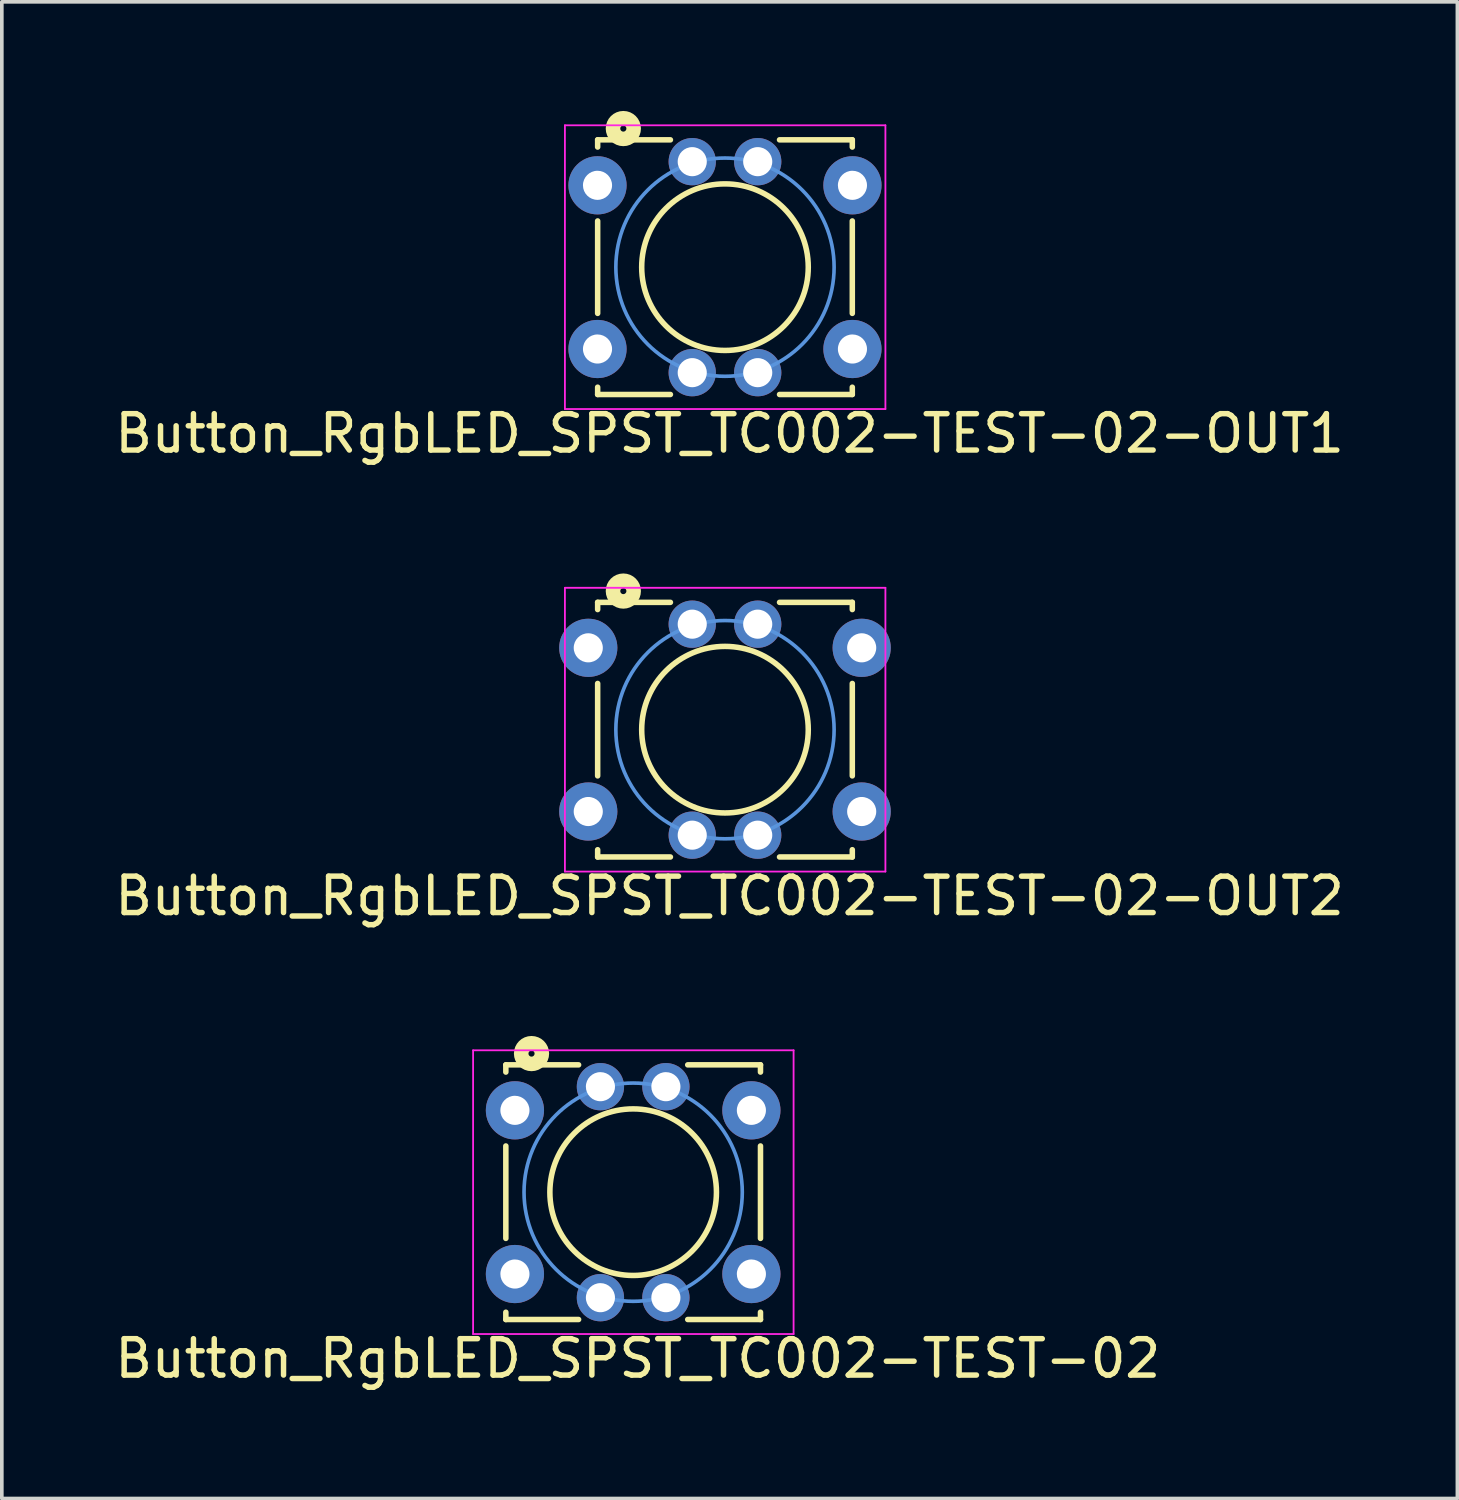
<source format=kicad_pcb>
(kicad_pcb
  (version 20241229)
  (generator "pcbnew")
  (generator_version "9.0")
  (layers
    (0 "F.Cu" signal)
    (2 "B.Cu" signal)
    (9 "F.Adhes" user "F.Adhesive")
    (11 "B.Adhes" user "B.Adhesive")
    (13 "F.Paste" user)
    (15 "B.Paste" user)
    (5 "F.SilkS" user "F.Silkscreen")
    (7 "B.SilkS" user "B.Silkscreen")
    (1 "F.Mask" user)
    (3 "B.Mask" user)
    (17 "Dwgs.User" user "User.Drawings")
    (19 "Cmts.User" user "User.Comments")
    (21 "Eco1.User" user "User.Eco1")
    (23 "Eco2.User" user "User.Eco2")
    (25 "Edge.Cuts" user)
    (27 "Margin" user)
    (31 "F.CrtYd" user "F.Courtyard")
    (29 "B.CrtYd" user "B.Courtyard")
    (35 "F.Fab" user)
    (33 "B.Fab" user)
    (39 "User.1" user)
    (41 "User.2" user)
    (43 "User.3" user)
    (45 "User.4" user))
  (footprint "Button_RgbLED_SPST_TC002-TEST-02"
    (layer "F.Cu")
    (at 14.355 29.722)
    (property "Reference" "Button_RgbLED_SPST_TC002-TEST-02" (at 0.127 4.572 0) (layer "F.SilkS") (effects (font (size 1 1) (thickness 0.15))))
    (attr through_hole)
    (fp_line (start -3.5 -3.5) (end -3.5 -3.302) (stroke (width 0.152) (type solid)) (layer "F.SilkS"))
    (fp_line (start -3.5 -1.27) (end -3.5 1.27) (stroke (width 0.152) (type solid)) (layer "F.SilkS"))
    (fp_line (start -3.5 3.5) (end -3.5 3.3) (stroke (width 0.152) (type solid)) (layer "F.SilkS"))
    (fp_line (start -1.5 -3.5) (end -3.5 -3.5) (stroke (width 0.152) (type solid)) (layer "F.SilkS"))
    (fp_line (start -1.5 3.5) (end -3.5 3.5) (stroke (width 0.152) (type solid)) (layer "F.SilkS"))
    (fp_line (start 1.5 -3.5) (end 3.5 -3.5) (stroke (width 0.152) (type solid)) (layer "F.SilkS"))
    (fp_line (start 1.5 3.5) (end 3.5 3.5) (stroke (width 0.152) (type solid)) (layer "F.SilkS"))
    (fp_line (start 3.5 -3.5) (end 3.5 -3.302) (stroke (width 0.152) (type solid)) (layer "F.SilkS"))
    (fp_line (start 3.5 -1.27) (end 3.5 1.27) (stroke (width 0.152) (type solid)) (layer "F.SilkS"))
    (fp_line (start 3.5 3.5) (end 3.5 3.3) (stroke (width 0.152) (type solid)) (layer "F.SilkS"))
    (fp_circle (center -2.794 -3.81) (end -2.921 -4.064) (stroke (width 0.4) (type solid)) (fill no) (layer "F.SilkS"))
    (fp_circle (center 0 0) (end -0.127 -2.286) (stroke (width 0.152) (type solid)) (fill no) (layer "F.SilkS"))
    (fp_circle (center 0 0) (end 3 0) (stroke (width 0.1) (type solid)) (fill no) (layer "Cmts.User"))
    (fp_line (start -4.4 -3.9) (end 4.41 -3.9) (stroke (width 0.05) (type solid)) (layer "F.CrtYd"))
    (fp_line (start -4.4 3.9) (end -4.4 -3.9) (stroke (width 0.05) (type solid)) (layer "F.CrtYd"))
    (fp_line (start 4.41 -3.9) (end 4.41 3.9) (stroke (width 0.05) (type solid)) (layer "F.CrtYd"))
    (fp_line (start 4.41 3.9) (end -4.4 3.9) (stroke (width 0.05) (type solid)) (layer "F.CrtYd"))
    (pad "1" thru_hole circle (at -3.25 -2.25) (size 1.6 1.6) (drill 0.8) (layers "*.Cu" "*.Mask"))
    (pad "2" thru_hole circle (at 3.25 -2.25) (size 1.6 1.6) (drill 0.8) (layers "*.Cu" "*.Mask"))
    (pad "3" thru_hole circle (at -3.25 2.25) (size 1.6 1.6) (drill 0.8) (layers "*.Cu" "*.Mask"))
    (pad "4" thru_hole circle (at 3.25 2.25) (size 1.6 1.6) (drill 0.8) (layers "*.Cu" "*.Mask"))
    (pad "5" thru_hole circle (at -0.9 -2.9) (size 1.3 1.3) (drill 0.8) (layers "*.Cu" "*.Mask"))
    (pad "6" thru_hole circle (at 0.9 -2.9) (size 1.3 1.3) (drill 0.8) (layers "*.Cu" "*.Mask"))
    (pad "7" thru_hole circle (at 0.9 2.9) (size 1.3 1.3) (drill 0.8) (layers "*.Cu" "*.Mask"))
    (pad "8" thru_hole circle (at -0.9 2.9) (size 1.3 1.3) (drill 0.8) (layers "*.Cu" "*.Mask")))
  (footprint "Button_RgbLED_SPST_TC002-TEST-02-OUT2"
    (layer "F.Cu")
    (at 16.879 17.008)
    (property "Reference" "Button_RgbLED_SPST_TC002-TEST-02-OUT2" (at 0.127 4.572 0) (layer "F.SilkS") (effects (font (size 1 1) (thickness 0.15))))
    (attr through_hole)
    (fp_line (start -3.5 -3.5) (end -3.5 -3.302) (stroke (width 0.152) (type solid)) (layer "F.SilkS"))
    (fp_line (start -3.5 -1.27) (end -3.5 1.27) (stroke (width 0.152) (type solid)) (layer "F.SilkS"))
    (fp_line (start -3.5 3.5) (end -3.5 3.3) (stroke (width 0.152) (type solid)) (layer "F.SilkS"))
    (fp_line (start -1.5 -3.5) (end -3.5 -3.5) (stroke (width 0.152) (type solid)) (layer "F.SilkS"))
    (fp_line (start -1.5 3.5) (end -3.5 3.5) (stroke (width 0.152) (type solid)) (layer "F.SilkS"))
    (fp_line (start 1.5 -3.5) (end 3.5 -3.5) (stroke (width 0.152) (type solid)) (layer "F.SilkS"))
    (fp_line (start 1.5 3.5) (end 3.5 3.5) (stroke (width 0.152) (type solid)) (layer "F.SilkS"))
    (fp_line (start 3.5 -3.5) (end 3.5 -3.302) (stroke (width 0.152) (type solid)) (layer "F.SilkS"))
    (fp_line (start 3.5 -1.27) (end 3.5 1.27) (stroke (width 0.152) (type solid)) (layer "F.SilkS"))
    (fp_line (start 3.5 3.5) (end 3.5 3.3) (stroke (width 0.152) (type solid)) (layer "F.SilkS"))
    (fp_circle (center -2.794 -3.81) (end -2.921 -4.064) (stroke (width 0.4) (type solid)) (fill no) (layer "F.SilkS"))
    (fp_circle (center 0 0) (end -0.127 -2.286) (stroke (width 0.152) (type solid)) (fill no) (layer "F.SilkS"))
    (fp_circle (center 0 0) (end 3 0) (stroke (width 0.1) (type solid)) (fill no) (layer "Cmts.User"))
    (fp_line (start -4.4 -3.9) (end 4.41 -3.9) (stroke (width 0.05) (type solid)) (layer "F.CrtYd"))
    (fp_line (start -4.4 3.9) (end -4.4 -3.9) (stroke (width 0.05) (type solid)) (layer "F.CrtYd"))
    (fp_line (start 4.41 -3.9) (end 4.41 3.9) (stroke (width 0.05) (type solid)) (layer "F.CrtYd"))
    (fp_line (start 4.41 3.9) (end -4.4 3.9) (stroke (width 0.05) (type solid)) (layer "F.CrtYd"))
    (pad "1" thru_hole circle (at -3.758 -2.25) (size 1.6 1.6) (drill 0.8) (layers "*.Cu" "*.Mask"))
    (pad "2" thru_hole circle (at 3.758 -2.25) (size 1.6 1.6) (drill 0.8) (layers "*.Cu" "*.Mask"))
    (pad "3" thru_hole circle (at -3.758 2.25) (size 1.6 1.6) (drill 0.8) (layers "*.Cu" "*.Mask"))
    (pad "4" thru_hole circle (at 3.758 2.25) (size 1.6 1.6) (drill 0.8) (layers "*.Cu" "*.Mask"))
    (pad "5" thru_hole circle (at -0.9 -2.9) (size 1.3 1.3) (drill 0.8) (layers "*.Cu" "*.Mask"))
    (pad "6" thru_hole circle (at 0.9 -2.9) (size 1.3 1.3) (drill 0.8) (layers "*.Cu" "*.Mask"))
    (pad "7" thru_hole circle (at 0.9 2.9) (size 1.3 1.3) (drill 0.8) (layers "*.Cu" "*.Mask"))
    (pad "8" thru_hole circle (at -0.9 2.9) (size 1.3 1.3) (drill 0.8) (layers "*.Cu" "*.Mask")))
  (footprint "Button_RgbLED_SPST_TC002-TEST-02-OUT1"
    (layer "F.Cu")
    (at 16.879 4.294)
    (property "Reference" "Button_RgbLED_SPST_TC002-TEST-02-OUT1" (at 0.127 4.572 0) (layer "F.SilkS") (effects (font (size 1 1) (thickness 0.15))))
    (attr through_hole)
    (fp_line (start -3.5 -3.5) (end -3.5 -3.302) (stroke (width 0.152) (type solid)) (layer "F.SilkS"))
    (fp_line (start -3.5 -1.27) (end -3.5 1.27) (stroke (width 0.152) (type solid)) (layer "F.SilkS"))
    (fp_line (start -3.5 3.5) (end -3.5 3.3) (stroke (width 0.152) (type solid)) (layer "F.SilkS"))
    (fp_line (start -1.5 -3.5) (end -3.5 -3.5) (stroke (width 0.152) (type solid)) (layer "F.SilkS"))
    (fp_line (start -1.5 3.5) (end -3.5 3.5) (stroke (width 0.152) (type solid)) (layer "F.SilkS"))
    (fp_line (start 1.5 -3.5) (end 3.5 -3.5) (stroke (width 0.152) (type solid)) (layer "F.SilkS"))
    (fp_line (start 1.5 3.5) (end 3.5 3.5) (stroke (width 0.152) (type solid)) (layer "F.SilkS"))
    (fp_line (start 3.5 -3.5) (end 3.5 -3.302) (stroke (width 0.152) (type solid)) (layer "F.SilkS"))
    (fp_line (start 3.5 -1.27) (end 3.5 1.27) (stroke (width 0.152) (type solid)) (layer "F.SilkS"))
    (fp_line (start 3.5 3.5) (end 3.5 3.3) (stroke (width 0.152) (type solid)) (layer "F.SilkS"))
    (fp_circle (center -2.794 -3.81) (end -2.921 -4.064) (stroke (width 0.4) (type solid)) (fill no) (layer "F.SilkS"))
    (fp_circle (center 0 0) (end -0.127 -2.286) (stroke (width 0.152) (type solid)) (fill no) (layer "F.SilkS"))
    (fp_circle (center 0 0) (end 3 0) (stroke (width 0.1) (type solid)) (fill no) (layer "Cmts.User"))
    (fp_line (start -4.4 -3.9) (end 4.41 -3.9) (stroke (width 0.05) (type solid)) (layer "F.CrtYd"))
    (fp_line (start -4.4 3.9) (end -4.4 -3.9) (stroke (width 0.05) (type solid)) (layer "F.CrtYd"))
    (fp_line (start 4.41 -3.9) (end 4.41 3.9) (stroke (width 0.05) (type solid)) (layer "F.CrtYd"))
    (fp_line (start 4.41 3.9) (end -4.4 3.9) (stroke (width 0.05) (type solid)) (layer "F.CrtYd"))
    (pad "1" thru_hole circle (at -3.504 -2.25) (size 1.6 1.6) (drill 0.8) (layers "*.Cu" "*.Mask"))
    (pad "2" thru_hole circle (at 3.504 -2.25) (size 1.6 1.6) (drill 0.8) (layers "*.Cu" "*.Mask"))
    (pad "3" thru_hole circle (at -3.504 2.25) (size 1.6 1.6) (drill 0.8) (layers "*.Cu" "*.Mask"))
    (pad "4" thru_hole circle (at 3.504 2.25) (size 1.6 1.6) (drill 0.8) (layers "*.Cu" "*.Mask"))
    (pad "5" thru_hole circle (at -0.9 -2.9) (size 1.3 1.3) (drill 0.8) (layers "*.Cu" "*.Mask"))
    (pad "6" thru_hole circle (at 0.9 -2.9) (size 1.3 1.3) (drill 0.8) (layers "*.Cu" "*.Mask"))
    (pad "7" thru_hole circle (at 0.9 2.9) (size 1.3 1.3) (drill 0.8) (layers "*.Cu" "*.Mask"))
    (pad "8" thru_hole circle (at -0.9 2.9) (size 1.3 1.3) (drill 0.8) (layers "*.Cu" "*.Mask")))
  (gr_rect
    (start -3 -3)
    (end 37.012 38.143)
    (stroke (width 0.1) (type default))
    (fill no)
    (layer "Edge.Cuts")))
</source>
